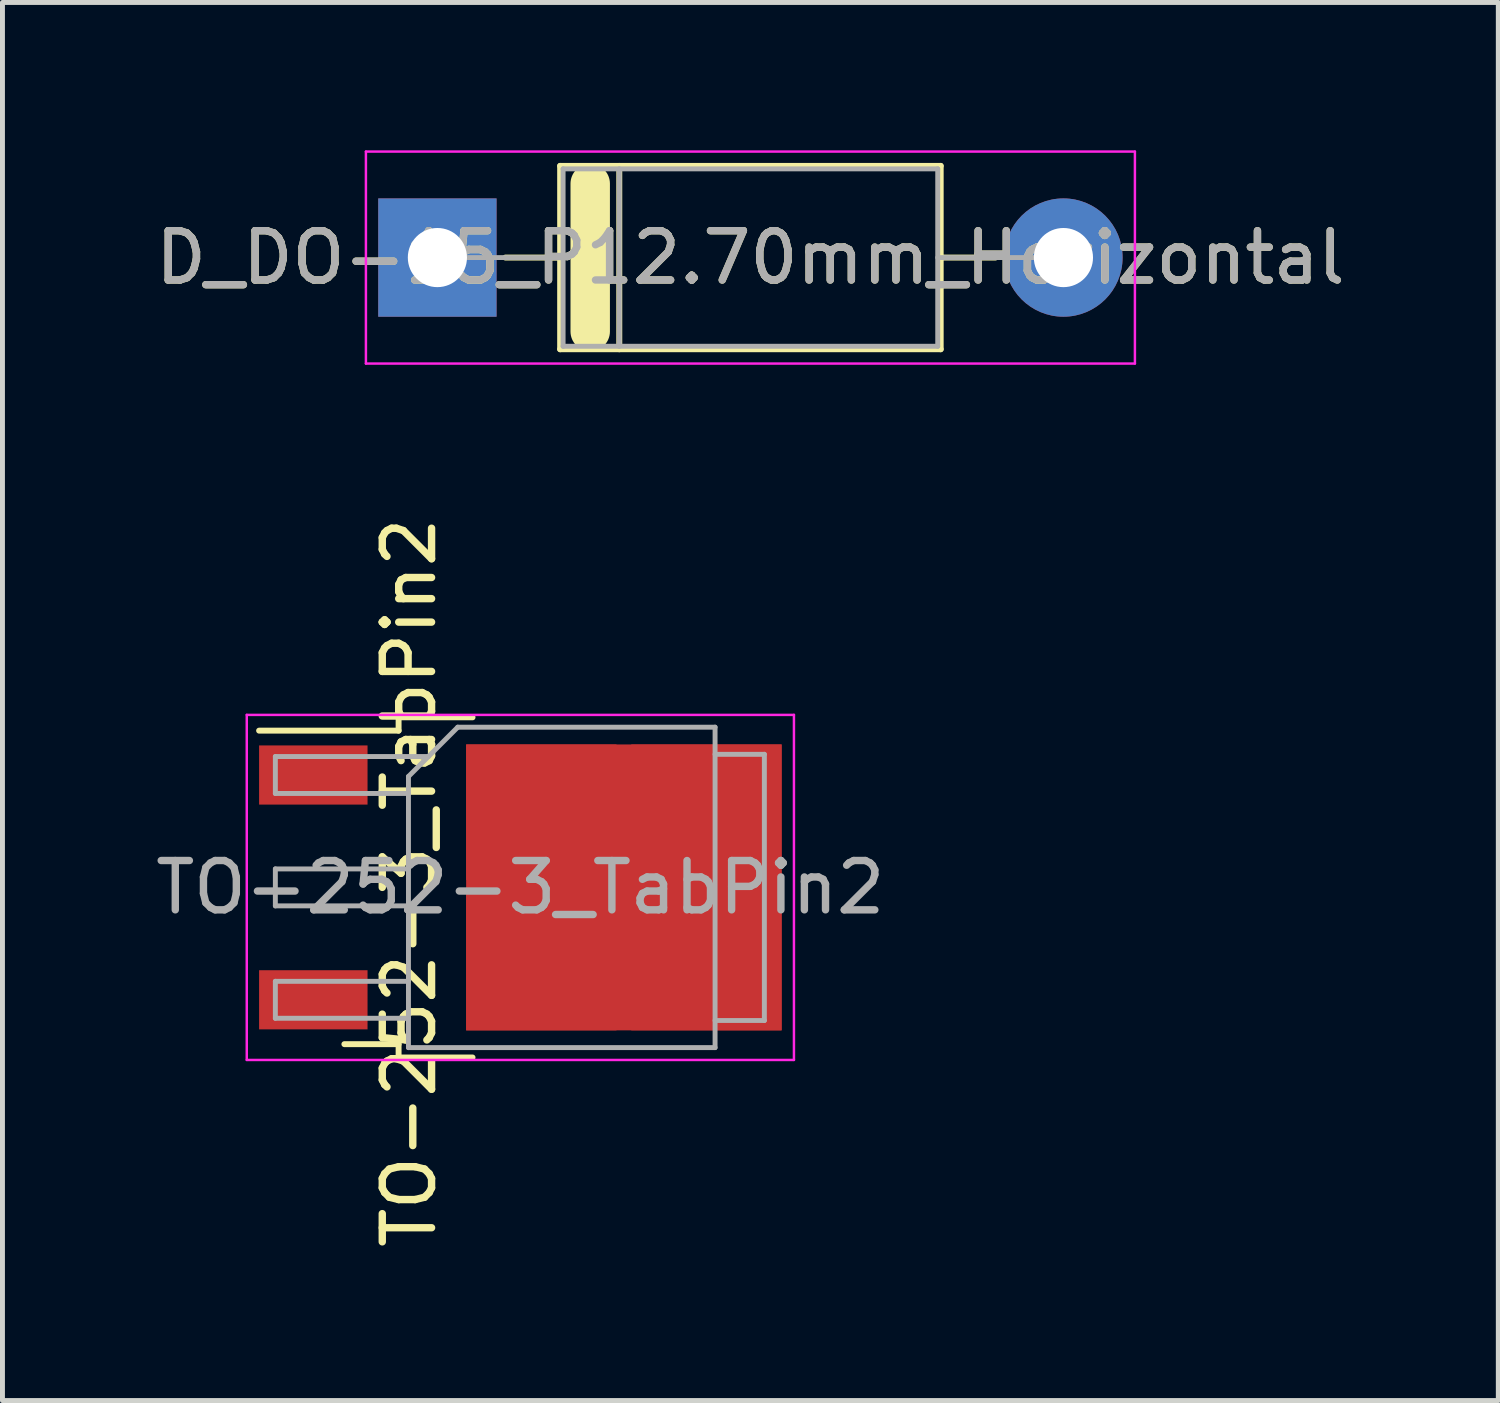
<source format=kicad_pcb>
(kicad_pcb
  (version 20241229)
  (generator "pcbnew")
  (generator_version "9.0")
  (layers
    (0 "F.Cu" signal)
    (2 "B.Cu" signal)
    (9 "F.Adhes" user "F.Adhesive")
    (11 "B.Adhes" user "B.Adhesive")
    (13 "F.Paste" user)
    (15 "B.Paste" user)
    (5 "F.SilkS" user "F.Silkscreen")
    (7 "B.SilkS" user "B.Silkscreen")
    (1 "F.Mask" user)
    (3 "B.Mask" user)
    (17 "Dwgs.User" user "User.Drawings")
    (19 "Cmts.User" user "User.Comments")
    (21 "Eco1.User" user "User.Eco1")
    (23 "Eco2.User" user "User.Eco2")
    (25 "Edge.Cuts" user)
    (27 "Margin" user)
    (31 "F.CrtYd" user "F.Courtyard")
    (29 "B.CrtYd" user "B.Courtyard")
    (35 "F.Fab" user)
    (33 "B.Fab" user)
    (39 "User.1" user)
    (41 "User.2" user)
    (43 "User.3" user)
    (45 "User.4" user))
  (footprint "D_DO-15_P12.70mm_Horizontal"
    (layer "F.Cu")
    (at 5.823 2.175)
    (property "Reference" "D_DO-15_P12.70mm_Horizontal" (at 6.35 0 0) (layer "F.SilkS") (effects (font (size 1 1) (thickness 0.15))))
    (attr through_hole)
    (fp_line (start 1.38 0) (end 2.49 0) (stroke (width 0.12) (type solid)) (layer "F.SilkS"))
    (fp_line (start 2.49 -1.86) (end 2.49 1.86) (stroke (width 0.12) (type solid)) (layer "F.SilkS"))
    (fp_line (start 2.49 1.86) (end 10.21 1.86) (stroke (width 0.12) (type solid)) (layer "F.SilkS"))
    (fp_line (start 3.1 -1.5) (end 3.1 1.5) (stroke (width 0.8) (type solid)) (layer "F.SilkS"))
    (fp_line (start 3.69 -1.86) (end 3.69 1.86) (stroke (width 0.12) (type solid)) (layer "F.SilkS"))
    (fp_line (start 10.21 -1.86) (end 2.49 -1.86) (stroke (width 0.12) (type solid)) (layer "F.SilkS"))
    (fp_line (start 10.21 1.86) (end 10.21 -1.86) (stroke (width 0.12) (type solid)) (layer "F.SilkS"))
    (fp_line (start 11.32 0) (end 10.21 0) (stroke (width 0.12) (type solid)) (layer "F.SilkS"))
    (fp_line (start -1.45 -2.15) (end -1.45 2.15) (stroke (width 0.05) (type solid)) (layer "F.CrtYd"))
    (fp_line (start -1.45 2.15) (end 14.15 2.15) (stroke (width 0.05) (type solid)) (layer "F.CrtYd"))
    (fp_line (start 14.15 -2.15) (end -1.45 -2.15) (stroke (width 0.05) (type solid)) (layer "F.CrtYd"))
    (fp_line (start 14.15 2.15) (end 14.15 -2.15) (stroke (width 0.05) (type solid)) (layer "F.CrtYd"))
    (fp_line (start 0 0) (end 2.55 0) (stroke (width 0.1) (type solid)) (layer "F.Fab"))
    (fp_line (start 2.55 -1.8) (end 2.55 1.8) (stroke (width 0.1) (type solid)) (layer "F.Fab"))
    (fp_line (start 2.55 1.8) (end 10.15 1.8) (stroke (width 0.1) (type solid)) (layer "F.Fab"))
    (fp_line (start 3.69 -1.8) (end 3.69 1.8) (stroke (width 0.1) (type solid)) (layer "F.Fab"))
    (fp_line (start 10.15 -1.8) (end 2.55 -1.8) (stroke (width 0.1) (type solid)) (layer "F.Fab"))
    (fp_line (start 10.15 1.8) (end 10.15 -1.8) (stroke (width 0.1) (type solid)) (layer "F.Fab"))
    (fp_line (start 12.7 0) (end 10.15 0) (stroke (width 0.1) (type solid)) (layer "F.Fab"))
    (fp_text user "${REFERENCE}" (at 6.35 0 0) (layer "F.Fab") (effects (font (size 1 1) (thickness 0.15))))
    (pad "1" thru_hole rect (at 0 0) (size 2.4 2.4) (drill 1.2) (layers "*.Cu" "*.Mask"))
    (pad "2" thru_hole oval (at 12.7 0) (size 2.4 2.4) (drill 1.2) (layers "*.Cu" "*.Mask")))
  (footprint "TO-252-3_TabPin2"
    (layer "F.Cu")
    (at 7.506 14.952)
    (property "Reference" "TO-252-3_TabPin2" (at -2.256 -0.096 270) (layer "F.SilkS") (effects (font (size 1 1) (thickness 0.15))))
    (attr smd)
    (fp_line (start -2.47 -3.45) (end -2.47 -3.18) (stroke (width 0.12) (type solid)) (layer "F.SilkS"))
    (fp_line (start -2.47 -3.18) (end -5.3 -3.18) (stroke (width 0.12) (type solid)) (layer "F.SilkS"))
    (fp_line (start -2.47 3.18) (end -3.57 3.18) (stroke (width 0.12) (type solid)) (layer "F.SilkS"))
    (fp_line (start -2.47 3.45) (end -2.47 3.18) (stroke (width 0.12) (type solid)) (layer "F.SilkS"))
    (fp_line (start -0.97 -3.45) (end -2.47 -3.45) (stroke (width 0.12) (type solid)) (layer "F.SilkS"))
    (fp_line (start -0.97 3.45) (end -2.47 3.45) (stroke (width 0.12) (type solid)) (layer "F.SilkS"))
    (fp_line (start -5.55 -3.5) (end -5.55 3.5) (stroke (width 0.05) (type solid)) (layer "F.CrtYd"))
    (fp_line (start -5.55 3.5) (end 5.55 3.5) (stroke (width 0.05) (type solid)) (layer "F.CrtYd"))
    (fp_line (start 5.55 -3.5) (end -5.55 -3.5) (stroke (width 0.05) (type solid)) (layer "F.CrtYd"))
    (fp_line (start 5.55 3.5) (end 5.55 -3.5) (stroke (width 0.05) (type solid)) (layer "F.CrtYd"))
    (fp_line (start -4.97 -2.655) (end -4.97 -1.905) (stroke (width 0.1) (type solid)) (layer "F.Fab"))
    (fp_line (start -4.97 -1.905) (end -2.27 -1.905) (stroke (width 0.1) (type solid)) (layer "F.Fab"))
    (fp_line (start -4.97 -0.375) (end -4.97 0.375) (stroke (width 0.1) (type solid)) (layer "F.Fab"))
    (fp_line (start -4.97 0.375) (end -2.27 0.375) (stroke (width 0.1) (type solid)) (layer "F.Fab"))
    (fp_line (start -4.97 1.905) (end -4.97 2.655) (stroke (width 0.1) (type solid)) (layer "F.Fab"))
    (fp_line (start -4.97 2.655) (end -2.27 2.655) (stroke (width 0.1) (type solid)) (layer "F.Fab"))
    (fp_line (start -2.27 -2.25) (end -1.27 -3.25) (stroke (width 0.1) (type solid)) (layer "F.Fab"))
    (fp_line (start -2.27 -0.375) (end -4.97 -0.375) (stroke (width 0.1) (type solid)) (layer "F.Fab"))
    (fp_line (start -2.27 1.905) (end -4.97 1.905) (stroke (width 0.1) (type solid)) (layer "F.Fab"))
    (fp_line (start -2.27 3.25) (end -2.27 -2.25) (stroke (width 0.1) (type solid)) (layer "F.Fab"))
    (fp_line (start -1.865 -2.655) (end -4.97 -2.655) (stroke (width 0.1) (type solid)) (layer "F.Fab"))
    (fp_line (start -1.27 -3.25) (end 3.95 -3.25) (stroke (width 0.1) (type solid)) (layer "F.Fab"))
    (fp_line (start 3.95 -3.25) (end 3.95 3.25) (stroke (width 0.1) (type solid)) (layer "F.Fab"))
    (fp_line (start 3.95 -2.7) (end 4.95 -2.7) (stroke (width 0.1) (type solid)) (layer "F.Fab"))
    (fp_line (start 3.95 3.25) (end -2.27 3.25) (stroke (width 0.1) (type solid)) (layer "F.Fab"))
    (fp_line (start 4.95 -2.7) (end 4.95 2.7) (stroke (width 0.1) (type solid)) (layer "F.Fab"))
    (fp_line (start 4.95 2.7) (end 3.95 2.7) (stroke (width 0.1) (type solid)) (layer "F.Fab"))
    (fp_text user "${REFERENCE}" (at 0 0 0) (layer "F.Fab") (effects (font (size 1 1) (thickness 0.15))))
    (pad "1" smd rect (at -4.2 -2.28) (size 2.2 1.2) (layers "F.Cu" "F.Mask" "F.Paste"))
    (pad "2" smd rect (at 0.425 -1.525) (size 3.05 2.75) (layers "F.Cu" "F.Paste"))
    (pad "2" smd rect (at 0.425 1.525) (size 3.05 2.75) (layers "F.Cu" "F.Paste"))
    (pad "2" smd rect (at 2.1 0) (size 6.4 5.8) (layers "F.Cu" "F.Mask"))
    (pad "2" smd rect (at 3.775 -1.525) (size 3.05 2.75) (layers "F.Cu" "F.Paste"))
    (pad "2" smd rect (at 3.775 1.525) (size 3.05 2.75) (layers "F.Cu" "F.Paste"))
    (pad "3" smd rect (at -4.2 2.28) (size 2.2 1.2) (layers "F.Cu" "F.Mask" "F.Paste")))
  (gr_rect
    (start -3 -3)
    (end 27.345 25.362)
    (stroke (width 0.1) (type default))
    (fill no)
    (layer "Edge.Cuts")))
</source>
